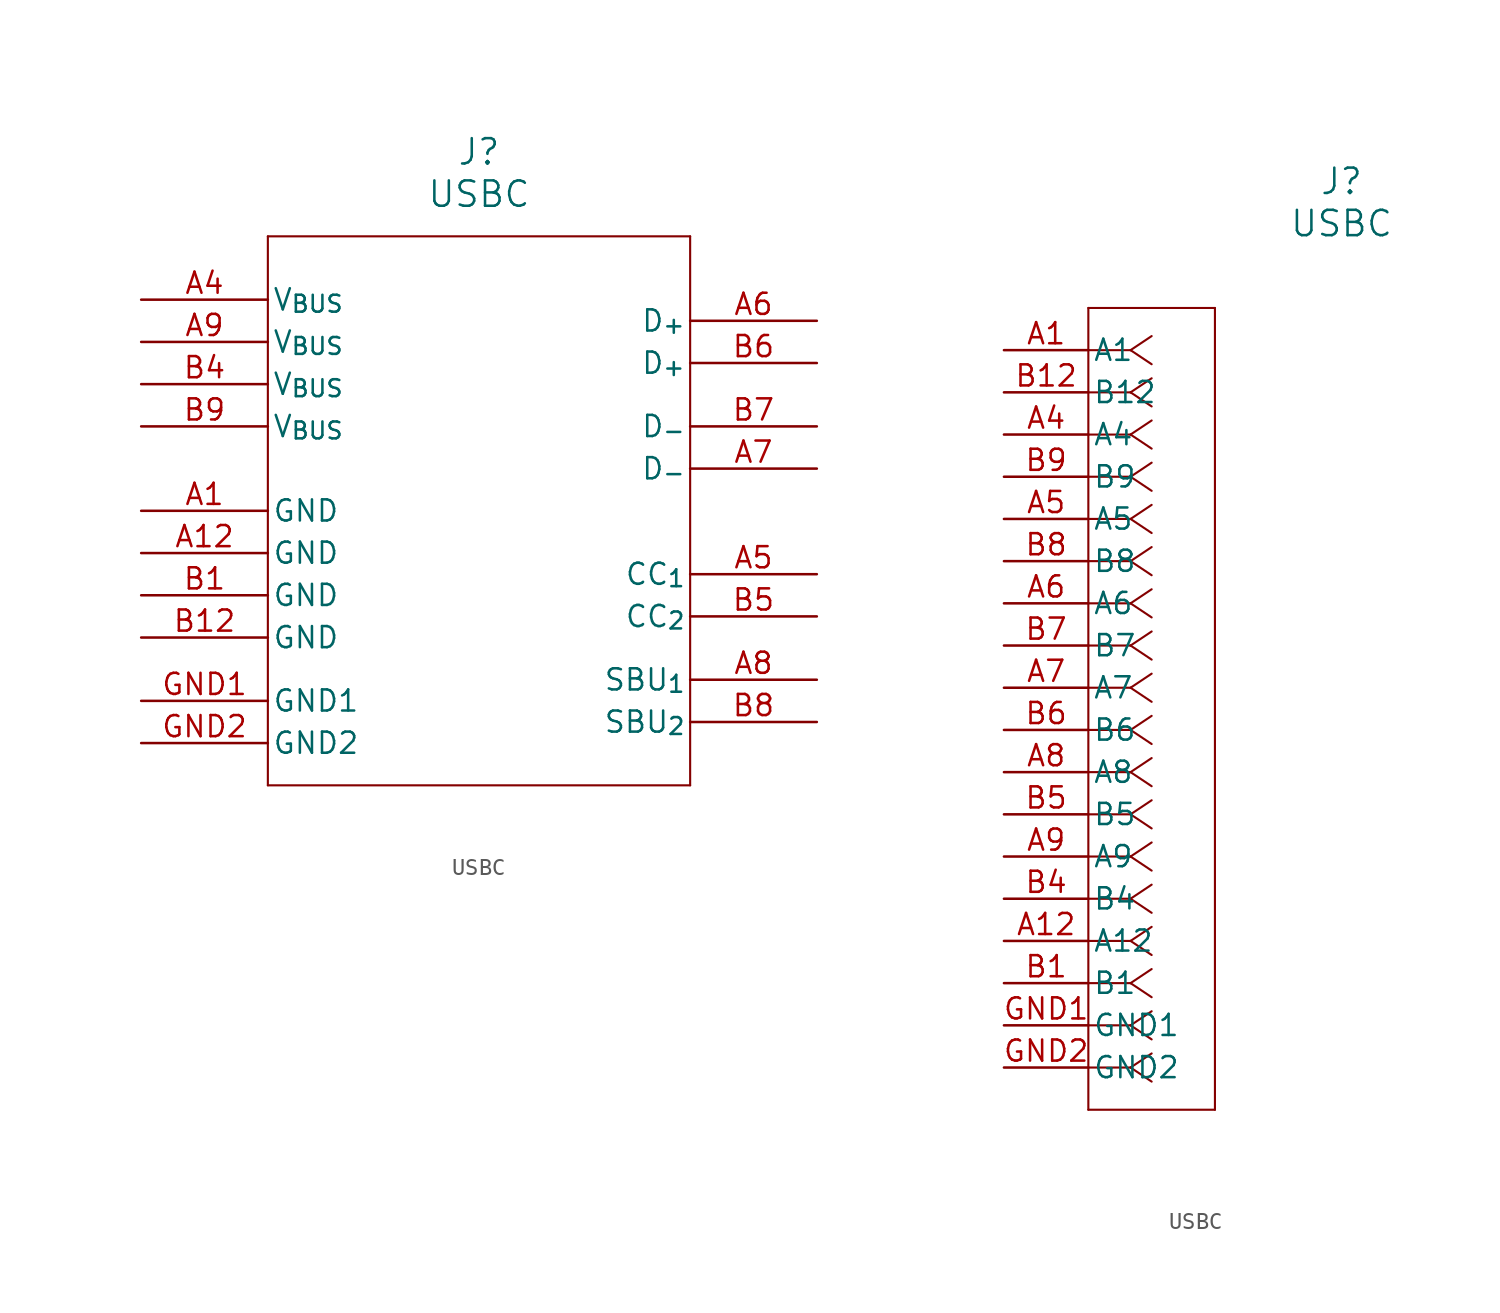
<source format=kicad_sym>
(kicad_symbol_lib
  (version 20241209)
  (generator "kicad_symbol_editor")
  (generator_version "9.0")
  (symbol "USBC"
    (pin_names
      (offset 0.254))
    (property "Reference" "J"
      (at 20.32 10.16 0)
      (effects (font (size 1.524 1.524))))
    (property "Value" "USBC"
      (at 20.32 7.62 0)
      (effects (font (size 1.524 1.524))))
    (property "ki_locked" ""
      (at 0 0 0)
      (effects (font (size 1.27 1.27))))
    (symbol "USBC_1_1"
      (polyline (pts (xy 7.62 5.08) (xy 7.62 -27.94)) (stroke (width 0.127) (type default)) (fill (type none)))
      (polyline (pts (xy 7.62 -27.94) (xy 33.02 -27.94)) (stroke (width 0.127) (type default)) (fill (type none)))
      (polyline (pts (xy 33.02 5.08) (xy 7.62 5.08)) (stroke (width 0.127) (type default)) (fill (type none)))
      (polyline (pts (xy 33.02 -27.94) (xy 33.02 5.08)) (stroke (width 0.127) (type default)) (fill (type none)))
      (pin passive line (at 0 1.27 0) (length 7.62) (name "V_{BUS}" (effects (font (size 1.27 1.27)))) (number "A4" (effects (font (size 1.27 1.27)))))
      (pin passive line (at 0 -1.27 0) (length 7.62) (name "V_{BUS}" (effects (font (size 1.27 1.27)))) (number "A9" (effects (font (size 1.27 1.27)))))
      (pin passive line (at 0 -3.81 0) (length 7.62) (name "V_{BUS}" (effects (font (size 1.27 1.27)))) (number "B4" (effects (font (size 1.27 1.27)))))
      (pin passive line (at 0 -6.35 0) (length 7.62) (name "V_{BUS}" (effects (font (size 1.27 1.27)))) (number "B9" (effects (font (size 1.27 1.27)))))
      (pin passive line (at 0 -11.43 0) (length 7.62) (name "GND" (effects (font (size 1.27 1.27)))) (number "A1" (effects (font (size 1.27 1.27)))))
      (pin passive line (at 0 -13.97 0) (length 7.62) (name "GND" (effects (font (size 1.27 1.27)))) (number "A12" (effects (font (size 1.27 1.27)))))
      (pin passive line (at 0 -16.51 0) (length 7.62) (name "GND" (effects (font (size 1.27 1.27)))) (number "B1" (effects (font (size 1.27 1.27)))))
      (pin passive line (at 0 -19.05 0) (length 7.62) (name "GND" (effects (font (size 1.27 1.27)))) (number "B12" (effects (font (size 1.27 1.27)))))
      (pin passive line (at 0 -22.86 0) (length 7.62) (name "GND1" (effects (font (size 1.27 1.27)))) (number "GND1" (effects (font (size 1.27 1.27)))))
      (pin passive line (at 0 -25.4 0) (length 7.62) (name "GND2" (effects (font (size 1.27 1.27)))) (number "GND2" (effects (font (size 1.27 1.27)))))
      (pin bidirectional line (at 40.64 0 180) (length 7.62) (name "D_{+}" (effects (font (size 1.27 1.27)))) (number "A6" (effects (font (size 1.27 1.27)))))
      (pin bidirectional line (at 40.64 -2.54 180) (length 7.62) (name "D_{+}" (effects (font (size 1.27 1.27)))) (number "B6" (effects (font (size 1.27 1.27)))))
      (pin bidirectional line (at 40.64 -6.35 180) (length 7.62) (name "D_{-}" (effects (font (size 1.27 1.27)))) (number "B7" (effects (font (size 1.27 1.27)))))
      (pin bidirectional line (at 40.64 -8.89 180) (length 7.62) (name "D_{-}" (effects (font (size 1.27 1.27)))) (number "A7" (effects (font (size 1.27 1.27)))))
      (pin bidirectional line (at 40.64 -15.24 180) (length 7.62) (name "CC_{1}" (effects (font (size 1.27 1.27)))) (number "A5" (effects (font (size 1.27 1.27)))))
      (pin bidirectional line (at 40.64 -17.78 180) (length 7.62) (name "CC_{2}" (effects (font (size 1.27 1.27)))) (number "B5" (effects (font (size 1.27 1.27)))))
      (pin bidirectional line (at 40.64 -21.59 180) (length 7.62) (name "SBU_{1}" (effects (font (size 1.27 1.27)))) (number "A8" (effects (font (size 1.27 1.27)))))
      (pin bidirectional line (at 40.64 -24.13 180) (length 7.62) (name "SBU_{2}" (effects (font (size 1.27 1.27)))) (number "B8" (effects (font (size 1.27 1.27))))))
    (symbol "USBC_1_2"
      (polyline (pts (xy 5.08 2.54) (xy 5.08 -45.72)) (stroke (width 0.127) (type default)) (fill (type none)))
      (polyline (pts (xy 5.08 -45.72) (xy 12.7 -45.72)) (stroke (width 0.127) (type default)) (fill (type none)))
      (polyline (pts (xy 7.62 0) (xy 5.08 0)) (stroke (width 0.127) (type default)) (fill (type none)))
      (polyline (pts (xy 7.62 0) (xy 8.89 0.847)) (stroke (width 0.127) (type default)) (fill (type none)))
      (polyline (pts (xy 7.62 0) (xy 8.89 -0.847)) (stroke (width 0.127) (type default)) (fill (type none)))
      (polyline (pts (xy 7.62 -2.54) (xy 5.08 -2.54)) (stroke (width 0.127) (type default)) (fill (type none)))
      (polyline (pts (xy 7.62 -2.54) (xy 8.89 -1.693)) (stroke (width 0.127) (type default)) (fill (type none)))
      (polyline (pts (xy 7.62 -2.54) (xy 8.89 -3.387)) (stroke (width 0.127) (type default)) (fill (type none)))
      (polyline (pts (xy 7.62 -5.08) (xy 5.08 -5.08)) (stroke (width 0.127) (type default)) (fill (type none)))
      (polyline (pts (xy 7.62 -5.08) (xy 8.89 -4.233)) (stroke (width 0.127) (type default)) (fill (type none)))
      (polyline (pts (xy 7.62 -5.08) (xy 8.89 -5.927)) (stroke (width 0.127) (type default)) (fill (type none)))
      (polyline (pts (xy 7.62 -7.62) (xy 5.08 -7.62)) (stroke (width 0.127) (type default)) (fill (type none)))
      (polyline (pts (xy 7.62 -7.62) (xy 8.89 -6.773)) (stroke (width 0.127) (type default)) (fill (type none)))
      (polyline (pts (xy 7.62 -7.62) (xy 8.89 -8.467)) (stroke (width 0.127) (type default)) (fill (type none)))
      (polyline (pts (xy 7.62 -10.16) (xy 5.08 -10.16)) (stroke (width 0.127) (type default)) (fill (type none)))
      (polyline (pts (xy 7.62 -10.16) (xy 8.89 -9.313)) (stroke (width 0.127) (type default)) (fill (type none)))
      (polyline (pts (xy 7.62 -10.16) (xy 8.89 -11.007)) (stroke (width 0.127) (type default)) (fill (type none)))
      (polyline (pts (xy 7.62 -12.7) (xy 5.08 -12.7)) (stroke (width 0.127) (type default)) (fill (type none)))
      (polyline (pts (xy 7.62 -12.7) (xy 8.89 -11.853)) (stroke (width 0.127) (type default)) (fill (type none)))
      (polyline (pts (xy 7.62 -12.7) (xy 8.89 -13.547)) (stroke (width 0.127) (type default)) (fill (type none)))
      (polyline (pts (xy 7.62 -15.24) (xy 5.08 -15.24)) (stroke (width 0.127) (type default)) (fill (type none)))
      (polyline (pts (xy 7.62 -15.24) (xy 8.89 -14.393)) (stroke (width 0.127) (type default)) (fill (type none)))
      (polyline (pts (xy 7.62 -15.24) (xy 8.89 -16.087)) (stroke (width 0.127) (type default)) (fill (type none)))
      (polyline (pts (xy 7.62 -17.78) (xy 5.08 -17.78)) (stroke (width 0.127) (type default)) (fill (type none)))
      (polyline (pts (xy 7.62 -17.78) (xy 8.89 -16.933)) (stroke (width 0.127) (type default)) (fill (type none)))
      (polyline (pts (xy 7.62 -17.78) (xy 8.89 -18.627)) (stroke (width 0.127) (type default)) (fill (type none)))
      (polyline (pts (xy 7.62 -20.32) (xy 5.08 -20.32)) (stroke (width 0.127) (type default)) (fill (type none)))
      (polyline (pts (xy 7.62 -20.32) (xy 8.89 -19.473)) (stroke (width 0.127) (type default)) (fill (type none)))
      (polyline (pts (xy 7.62 -20.32) (xy 8.89 -21.167)) (stroke (width 0.127) (type default)) (fill (type none)))
      (polyline (pts (xy 7.62 -22.86) (xy 5.08 -22.86)) (stroke (width 0.127) (type default)) (fill (type none)))
      (polyline (pts (xy 7.62 -22.86) (xy 8.89 -22.013)) (stroke (width 0.127) (type default)) (fill (type none)))
      (polyline (pts (xy 7.62 -22.86) (xy 8.89 -23.707)) (stroke (width 0.127) (type default)) (fill (type none)))
      (polyline (pts (xy 7.62 -25.4) (xy 5.08 -25.4)) (stroke (width 0.127) (type default)) (fill (type none)))
      (polyline (pts (xy 7.62 -25.4) (xy 8.89 -24.553)) (stroke (width 0.127) (type default)) (fill (type none)))
      (polyline (pts (xy 7.62 -25.4) (xy 8.89 -26.247)) (stroke (width 0.127) (type default)) (fill (type none)))
      (polyline (pts (xy 7.62 -27.94) (xy 5.08 -27.94)) (stroke (width 0.127) (type default)) (fill (type none)))
      (polyline (pts (xy 7.62 -27.94) (xy 8.89 -27.093)) (stroke (width 0.127) (type default)) (fill (type none)))
      (polyline (pts (xy 7.62 -27.94) (xy 8.89 -28.787)) (stroke (width 0.127) (type default)) (fill (type none)))
      (polyline (pts (xy 7.62 -30.48) (xy 5.08 -30.48)) (stroke (width 0.127) (type default)) (fill (type none)))
      (polyline (pts (xy 7.62 -30.48) (xy 8.89 -29.633)) (stroke (width 0.127) (type default)) (fill (type none)))
      (polyline (pts (xy 7.62 -30.48) (xy 8.89 -31.327)) (stroke (width 0.127) (type default)) (fill (type none)))
      (polyline (pts (xy 7.62 -33.02) (xy 5.08 -33.02)) (stroke (width 0.127) (type default)) (fill (type none)))
      (polyline (pts (xy 7.62 -33.02) (xy 8.89 -32.173)) (stroke (width 0.127) (type default)) (fill (type none)))
      (polyline (pts (xy 7.62 -33.02) (xy 8.89 -33.867)) (stroke (width 0.127) (type default)) (fill (type none)))
      (polyline (pts (xy 7.62 -35.56) (xy 5.08 -35.56)) (stroke (width 0.127) (type default)) (fill (type none)))
      (polyline (pts (xy 7.62 -35.56) (xy 8.89 -34.713)) (stroke (width 0.127) (type default)) (fill (type none)))
      (polyline (pts (xy 7.62 -35.56) (xy 8.89 -36.407)) (stroke (width 0.127) (type default)) (fill (type none)))
      (polyline (pts (xy 7.62 -38.1) (xy 5.08 -38.1)) (stroke (width 0.127) (type default)) (fill (type none)))
      (polyline (pts (xy 7.62 -38.1) (xy 8.89 -37.253)) (stroke (width 0.127) (type default)) (fill (type none)))
      (polyline (pts (xy 7.62 -38.1) (xy 8.89 -38.947)) (stroke (width 0.127) (type default)) (fill (type none)))
      (polyline (pts (xy 7.62 -40.64) (xy 5.08 -40.64)) (stroke (width 0.127) (type default)) (fill (type none)))
      (polyline (pts (xy 7.62 -40.64) (xy 8.89 -39.793)) (stroke (width 0.127) (type default)) (fill (type none)))
      (polyline (pts (xy 7.62 -40.64) (xy 8.89 -41.487)) (stroke (width 0.127) (type default)) (fill (type none)))
      (polyline (pts (xy 7.62 -43.18) (xy 5.08 -43.18)) (stroke (width 0.127) (type default)) (fill (type none)))
      (polyline (pts (xy 7.62 -43.18) (xy 8.89 -42.333)) (stroke (width 0.127) (type default)) (fill (type none)))
      (polyline (pts (xy 7.62 -43.18) (xy 8.89 -44.027)) (stroke (width 0.127) (type default)) (fill (type none)))
      (polyline (pts (xy 12.7 2.54) (xy 5.08 2.54)) (stroke (width 0.127) (type default)) (fill (type none)))
      (polyline (pts (xy 12.7 -45.72) (xy 12.7 2.54)) (stroke (width 0.127) (type default)) (fill (type none)))
      (pin power_out line (at 0 0 0) (length 5.08) (name "A1" (effects (font (size 1.27 1.27)))) (number "A1" (effects (font (size 1.27 1.27)))))
      (pin power_out line (at 0 -2.54 0) (length 5.08) (name "B12" (effects (font (size 1.27 1.27)))) (number "B12" (effects (font (size 1.27 1.27)))))
      (pin power_in line (at 0 -5.08 0) (length 5.08) (name "A4" (effects (font (size 1.27 1.27)))) (number "A4" (effects (font (size 1.27 1.27)))))
      (pin power_in line (at 0 -7.62 0) (length 5.08) (name "B9" (effects (font (size 1.27 1.27)))) (number "B9" (effects (font (size 1.27 1.27)))))
      (pin bidirectional line (at 0 -10.16 0) (length 5.08) (name "A5" (effects (font (size 1.27 1.27)))) (number "A5" (effects (font (size 1.27 1.27)))))
      (pin bidirectional line (at 0 -12.7 0) (length 5.08) (name "B8" (effects (font (size 1.27 1.27)))) (number "B8" (effects (font (size 1.27 1.27)))))
      (pin unspecified line (at 0 -15.24 0) (length 5.08) (name "A6" (effects (font (size 1.27 1.27)))) (number "A6" (effects (font (size 1.27 1.27)))))
      (pin bidirectional line (at 0 -17.78 0) (length 5.08) (name "B7" (effects (font (size 1.27 1.27)))) (number "B7" (effects (font (size 1.27 1.27)))))
      (pin bidirectional line (at 0 -20.32 0) (length 5.08) (name "A7" (effects (font (size 1.27 1.27)))) (number "A7" (effects (font (size 1.27 1.27)))))
      (pin unspecified line (at 0 -22.86 0) (length 5.08) (name "B6" (effects (font (size 1.27 1.27)))) (number "B6" (effects (font (size 1.27 1.27)))))
      (pin bidirectional line (at 0 -25.4 0) (length 5.08) (name "A8" (effects (font (size 1.27 1.27)))) (number "A8" (effects (font (size 1.27 1.27)))))
      (pin bidirectional line (at 0 -27.94 0) (length 5.08) (name "B5" (effects (font (size 1.27 1.27)))) (number "B5" (effects (font (size 1.27 1.27)))))
      (pin power_in line (at 0 -30.48 0) (length 5.08) (name "A9" (effects (font (size 1.27 1.27)))) (number "A9" (effects (font (size 1.27 1.27)))))
      (pin power_in line (at 0 -33.02 0) (length 5.08) (name "B4" (effects (font (size 1.27 1.27)))) (number "B4" (effects (font (size 1.27 1.27)))))
      (pin power_out line (at 0 -35.56 0) (length 5.08) (name "A12" (effects (font (size 1.27 1.27)))) (number "A12" (effects (font (size 1.27 1.27)))))
      (pin power_out line (at 0 -38.1 0) (length 5.08) (name "B1" (effects (font (size 1.27 1.27)))) (number "B1" (effects (font (size 1.27 1.27)))))
      (pin power_out line (at 0 -40.64 0) (length 5.08) (name "GND1" (effects (font (size 1.27 1.27)))) (number "GND1" (effects (font (size 1.27 1.27)))))
      (pin power_out line (at 0 -43.18 0) (length 5.08) (name "GND2" (effects (font (size 1.27 1.27)))) (number "GND2" (effects (font (size 1.27 1.27))))))))
</source>
